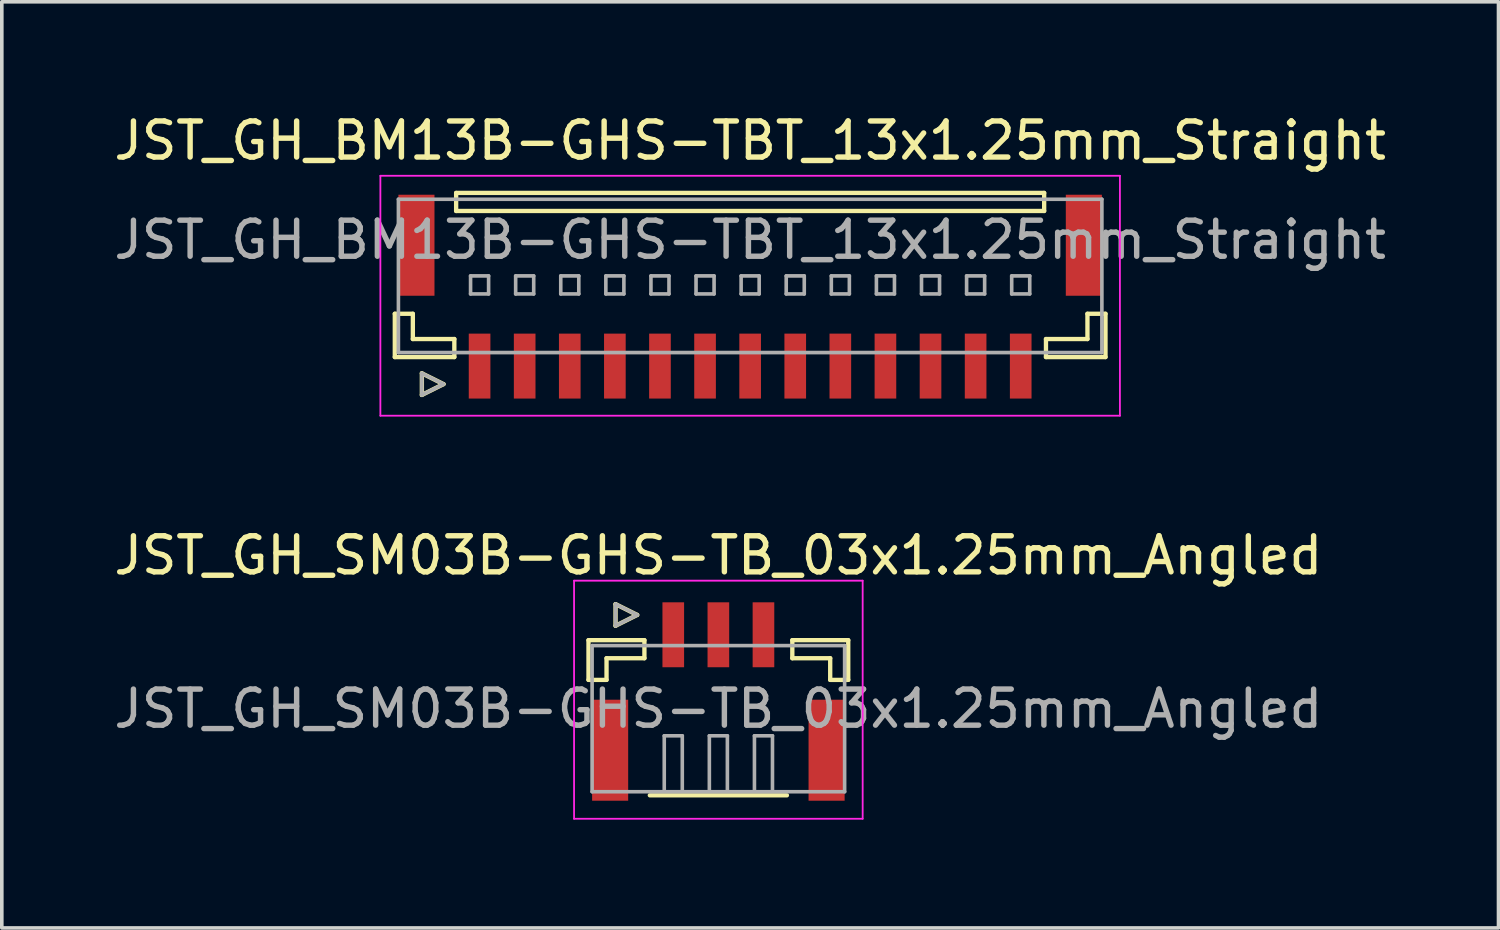
<source format=kicad_pcb>
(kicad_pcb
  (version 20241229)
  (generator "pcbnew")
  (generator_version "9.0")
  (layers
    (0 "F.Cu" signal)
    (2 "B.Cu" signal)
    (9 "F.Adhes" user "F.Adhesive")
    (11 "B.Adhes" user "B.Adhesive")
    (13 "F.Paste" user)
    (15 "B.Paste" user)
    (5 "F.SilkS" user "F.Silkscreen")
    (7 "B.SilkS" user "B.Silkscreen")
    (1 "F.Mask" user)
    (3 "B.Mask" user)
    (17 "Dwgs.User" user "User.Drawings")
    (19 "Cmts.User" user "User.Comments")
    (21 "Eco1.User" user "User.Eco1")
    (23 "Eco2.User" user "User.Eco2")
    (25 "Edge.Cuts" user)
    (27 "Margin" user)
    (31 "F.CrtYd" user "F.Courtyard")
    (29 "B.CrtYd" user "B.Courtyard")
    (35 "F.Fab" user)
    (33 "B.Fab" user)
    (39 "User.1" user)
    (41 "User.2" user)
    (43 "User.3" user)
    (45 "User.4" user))
  (footprint "JST_GH_BM13B-GHS-TBT_13x1.25mm_Straight"
    (layer "F.Cu")
    (at 17.744 5.423)
    (property "Reference" "JST_GH_BM13B-GHS-TBT_13x1.25mm_Straight" (at 0 -4.575 0) (layer "F.SilkS") (effects (font (size 1 1) (thickness 0.15))))
    (attr smd)
    (fp_line (start -9.85 0.225) (end -9.85 1.425) (stroke (width 0.12) (type solid)) (layer "F.SilkS"))
    (fp_line (start -9.85 1.425) (end -8.2 1.425) (stroke (width 0.12) (type solid)) (layer "F.SilkS"))
    (fp_line (start -9.35 0.225) (end -9.85 0.225) (stroke (width 0.12) (type solid)) (layer "F.SilkS"))
    (fp_line (start -9.35 0.925) (end -9.35 0.225) (stroke (width 0.12) (type solid)) (layer "F.SilkS"))
    (fp_line (start -9.1 1.875) (end -8.5 2.175) (stroke (width 0.12) (type solid)) (layer "F.SilkS"))
    (fp_line (start -9.1 2.475) (end -9.1 1.875) (stroke (width 0.12) (type solid)) (layer "F.SilkS"))
    (fp_line (start -8.5 2.175) (end -9.1 2.475) (stroke (width 0.12) (type solid)) (layer "F.SilkS"))
    (fp_line (start -8.2 0.925) (end -9.35 0.925) (stroke (width 0.12) (type solid)) (layer "F.SilkS"))
    (fp_line (start -8.2 1.425) (end -8.2 0.925) (stroke (width 0.12) (type solid)) (layer "F.SilkS"))
    (fp_line (start -8.15 -3.125) (end 8.15 -3.125) (stroke (width 0.12) (type solid)) (layer "F.SilkS"))
    (fp_line (start -8.15 -2.625) (end -8.15 -3.125) (stroke (width 0.12) (type solid)) (layer "F.SilkS"))
    (fp_line (start 8.15 -3.125) (end 8.15 -2.625) (stroke (width 0.12) (type solid)) (layer "F.SilkS"))
    (fp_line (start 8.15 -2.625) (end -8.15 -2.625) (stroke (width 0.12) (type solid)) (layer "F.SilkS"))
    (fp_line (start 8.2 0.925) (end 9.35 0.925) (stroke (width 0.12) (type solid)) (layer "F.SilkS"))
    (fp_line (start 8.2 1.425) (end 8.2 0.925) (stroke (width 0.12) (type solid)) (layer "F.SilkS"))
    (fp_line (start 9.35 0.225) (end 9.85 0.225) (stroke (width 0.12) (type solid)) (layer "F.SilkS"))
    (fp_line (start 9.35 0.925) (end 9.35 0.225) (stroke (width 0.12) (type solid)) (layer "F.SilkS"))
    (fp_line (start 9.85 0.225) (end 9.85 1.425) (stroke (width 0.12) (type solid)) (layer "F.SilkS"))
    (fp_line (start 9.85 1.425) (end 8.2 1.425) (stroke (width 0.12) (type solid)) (layer "F.SilkS"))
    (fp_line (start -10.25 -3.6) (end 10.25 -3.6) (stroke (width 0.05) (type solid)) (layer "F.CrtYd"))
    (fp_line (start -10.25 3.05) (end -10.25 -3.6) (stroke (width 0.05) (type solid)) (layer "F.CrtYd"))
    (fp_line (start 10.25 -3.6) (end 10.25 3.05) (stroke (width 0.05) (type solid)) (layer "F.CrtYd"))
    (fp_line (start 10.25 3.05) (end -10.25 3.05) (stroke (width 0.05) (type solid)) (layer "F.CrtYd"))
    (fp_line (start -9.75 -2.95) (end 9.75 -2.95) (stroke (width 0.1) (type solid)) (layer "F.Fab"))
    (fp_line (start -9.75 1.3) (end -9.75 -2.95) (stroke (width 0.1) (type solid)) (layer "F.Fab"))
    (fp_line (start -9.1 1.875) (end -8.5 2.175) (stroke (width 0.1) (type solid)) (layer "F.Fab"))
    (fp_line (start -9.1 2.475) (end -9.1 1.875) (stroke (width 0.1) (type solid)) (layer "F.Fab"))
    (fp_line (start -8.5 2.175) (end -9.1 2.475) (stroke (width 0.1) (type solid)) (layer "F.Fab"))
    (fp_line (start -7.75 -0.825) (end -7.25 -0.825) (stroke (width 0.1) (type solid)) (layer "F.Fab"))
    (fp_line (start -7.75 -0.325) (end -7.75 -0.825) (stroke (width 0.1) (type solid)) (layer "F.Fab"))
    (fp_line (start -7.25 -0.825) (end -7.25 -0.325) (stroke (width 0.1) (type solid)) (layer "F.Fab"))
    (fp_line (start -7.25 -0.325) (end -7.75 -0.325) (stroke (width 0.1) (type solid)) (layer "F.Fab"))
    (fp_line (start -6.5 -0.825) (end -6 -0.825) (stroke (width 0.1) (type solid)) (layer "F.Fab"))
    (fp_line (start -6.5 -0.325) (end -6.5 -0.825) (stroke (width 0.1) (type solid)) (layer "F.Fab"))
    (fp_line (start -6 -0.825) (end -6 -0.325) (stroke (width 0.1) (type solid)) (layer "F.Fab"))
    (fp_line (start -6 -0.325) (end -6.5 -0.325) (stroke (width 0.1) (type solid)) (layer "F.Fab"))
    (fp_line (start -5.25 -0.825) (end -4.75 -0.825) (stroke (width 0.1) (type solid)) (layer "F.Fab"))
    (fp_line (start -5.25 -0.325) (end -5.25 -0.825) (stroke (width 0.1) (type solid)) (layer "F.Fab"))
    (fp_line (start -4.75 -0.825) (end -4.75 -0.325) (stroke (width 0.1) (type solid)) (layer "F.Fab"))
    (fp_line (start -4.75 -0.325) (end -5.25 -0.325) (stroke (width 0.1) (type solid)) (layer "F.Fab"))
    (fp_line (start -4 -0.825) (end -3.5 -0.825) (stroke (width 0.1) (type solid)) (layer "F.Fab"))
    (fp_line (start -4 -0.325) (end -4 -0.825) (stroke (width 0.1) (type solid)) (layer "F.Fab"))
    (fp_line (start -3.5 -0.825) (end -3.5 -0.325) (stroke (width 0.1) (type solid)) (layer "F.Fab"))
    (fp_line (start -3.5 -0.325) (end -4 -0.325) (stroke (width 0.1) (type solid)) (layer "F.Fab"))
    (fp_line (start -2.75 -0.825) (end -2.25 -0.825) (stroke (width 0.1) (type solid)) (layer "F.Fab"))
    (fp_line (start -2.75 -0.325) (end -2.75 -0.825) (stroke (width 0.1) (type solid)) (layer "F.Fab"))
    (fp_line (start -2.25 -0.825) (end -2.25 -0.325) (stroke (width 0.1) (type solid)) (layer "F.Fab"))
    (fp_line (start -2.25 -0.325) (end -2.75 -0.325) (stroke (width 0.1) (type solid)) (layer "F.Fab"))
    (fp_line (start -1.5 -0.825) (end -1 -0.825) (stroke (width 0.1) (type solid)) (layer "F.Fab"))
    (fp_line (start -1.5 -0.325) (end -1.5 -0.825) (stroke (width 0.1) (type solid)) (layer "F.Fab"))
    (fp_line (start -1 -0.825) (end -1 -0.325) (stroke (width 0.1) (type solid)) (layer "F.Fab"))
    (fp_line (start -1 -0.325) (end -1.5 -0.325) (stroke (width 0.1) (type solid)) (layer "F.Fab"))
    (fp_line (start -0.25 -0.825) (end 0.25 -0.825) (stroke (width 0.1) (type solid)) (layer "F.Fab"))
    (fp_line (start -0.25 -0.325) (end -0.25 -0.825) (stroke (width 0.1) (type solid)) (layer "F.Fab"))
    (fp_line (start 0.25 -0.825) (end 0.25 -0.325) (stroke (width 0.1) (type solid)) (layer "F.Fab"))
    (fp_line (start 0.25 -0.325) (end -0.25 -0.325) (stroke (width 0.1) (type solid)) (layer "F.Fab"))
    (fp_line (start 1 -0.825) (end 1.5 -0.825) (stroke (width 0.1) (type solid)) (layer "F.Fab"))
    (fp_line (start 1 -0.325) (end 1 -0.825) (stroke (width 0.1) (type solid)) (layer "F.Fab"))
    (fp_line (start 1.5 -0.825) (end 1.5 -0.325) (stroke (width 0.1) (type solid)) (layer "F.Fab"))
    (fp_line (start 1.5 -0.325) (end 1 -0.325) (stroke (width 0.1) (type solid)) (layer "F.Fab"))
    (fp_line (start 2.25 -0.825) (end 2.75 -0.825) (stroke (width 0.1) (type solid)) (layer "F.Fab"))
    (fp_line (start 2.25 -0.325) (end 2.25 -0.825) (stroke (width 0.1) (type solid)) (layer "F.Fab"))
    (fp_line (start 2.75 -0.825) (end 2.75 -0.325) (stroke (width 0.1) (type solid)) (layer "F.Fab"))
    (fp_line (start 2.75 -0.325) (end 2.25 -0.325) (stroke (width 0.1) (type solid)) (layer "F.Fab"))
    (fp_line (start 3.5 -0.825) (end 4 -0.825) (stroke (width 0.1) (type solid)) (layer "F.Fab"))
    (fp_line (start 3.5 -0.325) (end 3.5 -0.825) (stroke (width 0.1) (type solid)) (layer "F.Fab"))
    (fp_line (start 4 -0.825) (end 4 -0.325) (stroke (width 0.1) (type solid)) (layer "F.Fab"))
    (fp_line (start 4 -0.325) (end 3.5 -0.325) (stroke (width 0.1) (type solid)) (layer "F.Fab"))
    (fp_line (start 4.75 -0.825) (end 5.25 -0.825) (stroke (width 0.1) (type solid)) (layer "F.Fab"))
    (fp_line (start 4.75 -0.325) (end 4.75 -0.825) (stroke (width 0.1) (type solid)) (layer "F.Fab"))
    (fp_line (start 5.25 -0.825) (end 5.25 -0.325) (stroke (width 0.1) (type solid)) (layer "F.Fab"))
    (fp_line (start 5.25 -0.325) (end 4.75 -0.325) (stroke (width 0.1) (type solid)) (layer "F.Fab"))
    (fp_line (start 6 -0.825) (end 6.5 -0.825) (stroke (width 0.1) (type solid)) (layer "F.Fab"))
    (fp_line (start 6 -0.325) (end 6 -0.825) (stroke (width 0.1) (type solid)) (layer "F.Fab"))
    (fp_line (start 6.5 -0.825) (end 6.5 -0.325) (stroke (width 0.1) (type solid)) (layer "F.Fab"))
    (fp_line (start 6.5 -0.325) (end 6 -0.325) (stroke (width 0.1) (type solid)) (layer "F.Fab"))
    (fp_line (start 7.25 -0.825) (end 7.75 -0.825) (stroke (width 0.1) (type solid)) (layer "F.Fab"))
    (fp_line (start 7.25 -0.325) (end 7.25 -0.825) (stroke (width 0.1) (type solid)) (layer "F.Fab"))
    (fp_line (start 7.75 -0.825) (end 7.75 -0.325) (stroke (width 0.1) (type solid)) (layer "F.Fab"))
    (fp_line (start 7.75 -0.325) (end 7.25 -0.325) (stroke (width 0.1) (type solid)) (layer "F.Fab"))
    (fp_line (start 9.75 -2.95) (end 9.75 1.3) (stroke (width 0.1) (type solid)) (layer "F.Fab"))
    (fp_line (start 9.75 1.3) (end -9.75 1.3) (stroke (width 0.1) (type solid)) (layer "F.Fab"))
    (fp_text user "${REFERENCE}" (at 0 -1.825 0) (layer "F.Fab") (effects (font (size 1 1) (thickness 0.15))))
    (pad "" smd rect (at -9.25 -1.675) (size 1 2.8) (layers "F.Cu" "F.Mask" "F.Paste"))
    (pad "" smd rect (at 9.25 -1.675) (size 1 2.8) (layers "F.Cu" "F.Mask" "F.Paste"))
    (pad "1" smd rect (at -7.5 1.675) (size 0.6 1.8) (layers "F.Cu" "F.Mask" "F.Paste"))
    (pad "2" smd rect (at -6.25 1.675) (size 0.6 1.8) (layers "F.Cu" "F.Mask" "F.Paste"))
    (pad "3" smd rect (at -5 1.675) (size 0.6 1.8) (layers "F.Cu" "F.Mask" "F.Paste"))
    (pad "4" smd rect (at -3.75 1.675) (size 0.6 1.8) (layers "F.Cu" "F.Mask" "F.Paste"))
    (pad "5" smd rect (at -2.5 1.675) (size 0.6 1.8) (layers "F.Cu" "F.Mask" "F.Paste"))
    (pad "6" smd rect (at -1.25 1.675) (size 0.6 1.8) (layers "F.Cu" "F.Mask" "F.Paste"))
    (pad "7" smd rect (at 0 1.675) (size 0.6 1.8) (layers "F.Cu" "F.Mask" "F.Paste"))
    (pad "8" smd rect (at 1.25 1.675) (size 0.6 1.8) (layers "F.Cu" "F.Mask" "F.Paste"))
    (pad "9" smd rect (at 2.5 1.675) (size 0.6 1.8) (layers "F.Cu" "F.Mask" "F.Paste"))
    (pad "10" smd rect (at 3.75 1.675) (size 0.6 1.8) (layers "F.Cu" "F.Mask" "F.Paste"))
    (pad "11" smd rect (at 5 1.675) (size 0.6 1.8) (layers "F.Cu" "F.Mask" "F.Paste"))
    (pad "12" smd rect (at 6.25 1.675) (size 0.6 1.8) (layers "F.Cu" "F.Mask" "F.Paste"))
    (pad "13" smd rect (at 7.5 1.675) (size 0.6 1.8) (layers "F.Cu" "F.Mask" "F.Paste")))
  (footprint "JST_GH_SM03B-GHS-TB_03x1.25mm_Angled"
    (layer "F.Cu")
    (at 16.863 16.146)
    (property "Reference" "JST_GH_SM03B-GHS-TB_03x1.25mm_Angled" (at 0 -3.8 0) (layer "F.SilkS") (effects (font (size 1 1) (thickness 0.15))))
    (attr smd)
    (fp_line (start -3.6 -1.45) (end -2.05 -1.45) (stroke (width 0.12) (type solid)) (layer "F.SilkS"))
    (fp_line (start -3.6 -0.35) (end -3.6 -1.45) (stroke (width 0.12) (type solid)) (layer "F.SilkS"))
    (fp_line (start -3.1 -0.95) (end -3.1 -0.35) (stroke (width 0.12) (type solid)) (layer "F.SilkS"))
    (fp_line (start -3.1 -0.35) (end -3.6 -0.35) (stroke (width 0.12) (type solid)) (layer "F.SilkS"))
    (fp_line (start -2.85 -2.45) (end -2.85 -1.85) (stroke (width 0.12) (type solid)) (layer "F.SilkS"))
    (fp_line (start -2.85 -1.85) (end -2.25 -2.15) (stroke (width 0.12) (type solid)) (layer "F.SilkS"))
    (fp_line (start -2.25 -2.15) (end -2.85 -2.45) (stroke (width 0.12) (type solid)) (layer "F.SilkS"))
    (fp_line (start -2.05 -1.45) (end -2.05 -0.95) (stroke (width 0.12) (type solid)) (layer "F.SilkS"))
    (fp_line (start -2.05 -0.95) (end -3.1 -0.95) (stroke (width 0.12) (type solid)) (layer "F.SilkS"))
    (fp_line (start -1.9 2.85) (end 1.9 2.85) (stroke (width 0.12) (type solid)) (layer "F.SilkS"))
    (fp_line (start 2.05 -1.45) (end 2.05 -0.95) (stroke (width 0.12) (type solid)) (layer "F.SilkS"))
    (fp_line (start 2.05 -0.95) (end 3.1 -0.95) (stroke (width 0.12) (type solid)) (layer "F.SilkS"))
    (fp_line (start 3.1 -0.95) (end 3.1 -0.35) (stroke (width 0.12) (type solid)) (layer "F.SilkS"))
    (fp_line (start 3.1 -0.35) (end 3.6 -0.35) (stroke (width 0.12) (type solid)) (layer "F.SilkS"))
    (fp_line (start 3.6 -1.45) (end 2.05 -1.45) (stroke (width 0.12) (type solid)) (layer "F.SilkS"))
    (fp_line (start 3.6 -0.35) (end 3.6 -1.45) (stroke (width 0.12) (type solid)) (layer "F.SilkS"))
    (fp_line (start -4 -3.1) (end -4 3.5) (stroke (width 0.05) (type solid)) (layer "F.CrtYd"))
    (fp_line (start -4 3.5) (end 4 3.5) (stroke (width 0.05) (type solid)) (layer "F.CrtYd"))
    (fp_line (start 4 -3.1) (end -4 -3.1) (stroke (width 0.05) (type solid)) (layer "F.CrtYd"))
    (fp_line (start 4 3.5) (end 4 -3.1) (stroke (width 0.05) (type solid)) (layer "F.CrtYd"))
    (fp_line (start -3.5 -1.3) (end -3.5 2.75) (stroke (width 0.1) (type solid)) (layer "F.Fab"))
    (fp_line (start -3.5 2.75) (end 3.5 2.75) (stroke (width 0.1) (type solid)) (layer "F.Fab"))
    (fp_line (start -2.85 -2.45) (end -2.85 -1.85) (stroke (width 0.1) (type solid)) (layer "F.Fab"))
    (fp_line (start -2.85 -1.85) (end -2.25 -2.15) (stroke (width 0.1) (type solid)) (layer "F.Fab"))
    (fp_line (start -2.25 -2.15) (end -2.85 -2.45) (stroke (width 0.1) (type solid)) (layer "F.Fab"))
    (fp_line (start -1.5 1.2) (end -1 1.2) (stroke (width 0.1) (type solid)) (layer "F.Fab"))
    (fp_line (start -1.5 2.7) (end -1.5 1.2) (stroke (width 0.1) (type solid)) (layer "F.Fab"))
    (fp_line (start -1 1.2) (end -1 2.7) (stroke (width 0.1) (type solid)) (layer "F.Fab"))
    (fp_line (start -0.25 1.2) (end 0.25 1.2) (stroke (width 0.1) (type solid)) (layer "F.Fab"))
    (fp_line (start -0.25 2.7) (end -0.25 1.2) (stroke (width 0.1) (type solid)) (layer "F.Fab"))
    (fp_line (start 0.25 1.2) (end 0.25 2.7) (stroke (width 0.1) (type solid)) (layer "F.Fab"))
    (fp_line (start 1 1.2) (end 1.5 1.2) (stroke (width 0.1) (type solid)) (layer "F.Fab"))
    (fp_line (start 1 2.7) (end 1 1.2) (stroke (width 0.1) (type solid)) (layer "F.Fab"))
    (fp_line (start 1.5 1.2) (end 1.5 2.7) (stroke (width 0.1) (type solid)) (layer "F.Fab"))
    (fp_line (start 3.5 -1.3) (end -3.5 -1.3) (stroke (width 0.1) (type solid)) (layer "F.Fab"))
    (fp_line (start 3.5 2.75) (end 3.5 -1.3) (stroke (width 0.1) (type solid)) (layer "F.Fab"))
    (fp_text user "${REFERENCE}" (at 0 0.45 0) (layer "F.Fab") (effects (font (size 1 1) (thickness 0.15))))
    (pad "" smd rect (at -3 1.6) (size 1 2.8) (layers "F.Cu" "F.Mask" "F.Paste"))
    (pad "" smd rect (at 3 1.6) (size 1 2.8) (layers "F.Cu" "F.Mask" "F.Paste"))
    (pad "1" smd rect (at -1.25 -1.6) (size 0.6 1.8) (layers "F.Cu" "F.Mask" "F.Paste"))
    (pad "2" smd rect (at 0 -1.6) (size 0.6 1.8) (layers "F.Cu" "F.Mask" "F.Paste"))
    (pad "3" smd rect (at 1.25 -1.6) (size 0.6 1.8) (layers "F.Cu" "F.Mask" "F.Paste")))
  (gr_rect
    (start -3 -3)
    (end 38.488 22.672)
    (stroke (width 0.1) (type default))
    (fill no)
    (layer "Edge.Cuts")))
</source>
